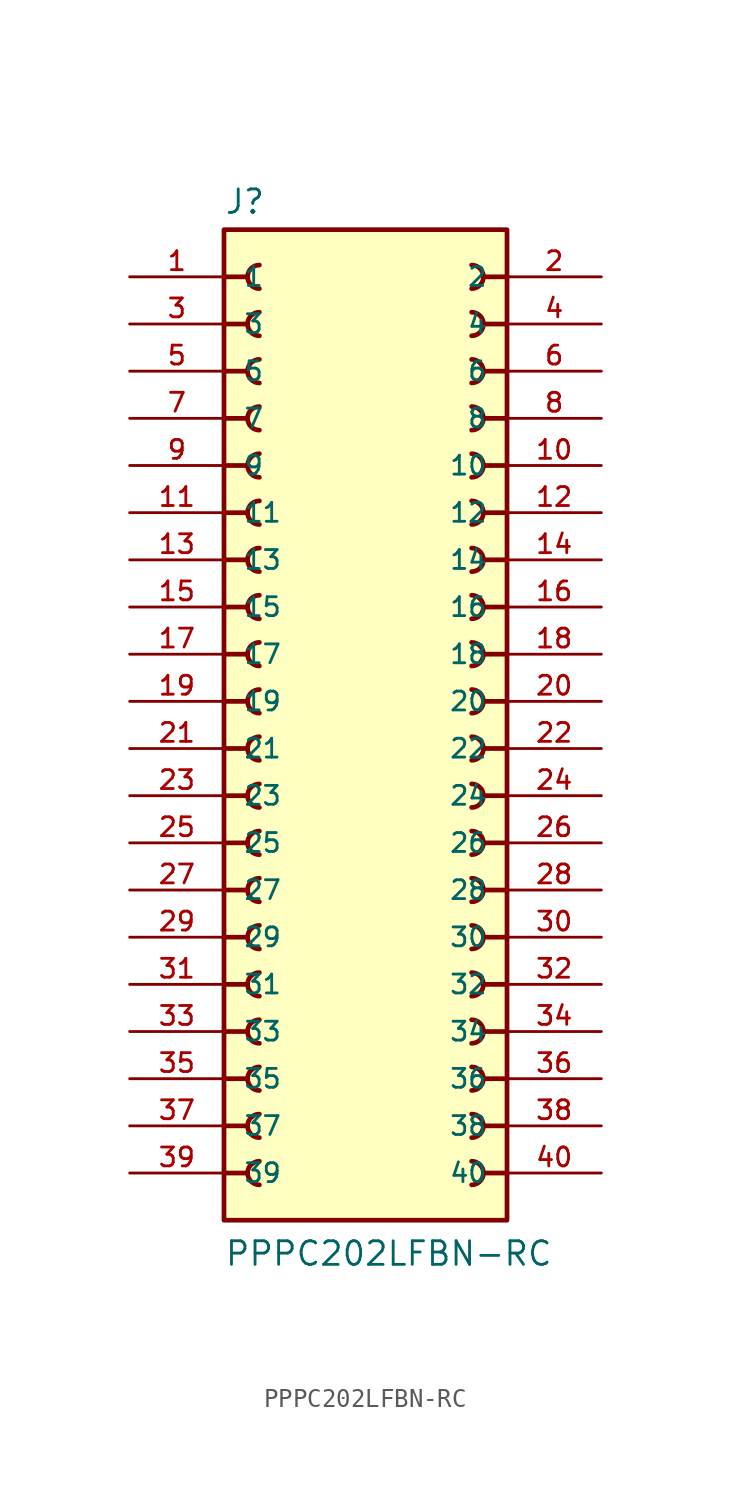
<source format=kicad_sym>
(kicad_symbol_lib
  (version 20231120)
  (generator "kicad_symbol_editor")
  (generator_version "8.0")
  (symbol "PPPC202LFBN-RC"
    (pin_names
      (offset 1.016))
    (property "Reference" "J"
      (at -7.62 28.702 0)
      (effects (font (size 1.27 1.27)) (justify left bottom)))
    (property "Value" "PPPC202LFBN-RC"
      (at -7.62 -27.94 0)
      (effects (font (size 1.27 1.27)) (justify left bottom)))
    (symbol "PPPC202LFBN-RC_0_0"
      (rectangle (start -7.62 -25.4) (end 7.62 27.94) (stroke (width 0.254) (type default)) (fill (type background)))
      (arc (start -5.715 -22.225) (mid -6.3472 -22.86) (end -5.715 -23.495) (stroke (width 0.254) (type default)) (fill (type none)))
      (arc (start -5.715 -19.685) (mid -6.3472 -20.32) (end -5.715 -20.955) (stroke (width 0.254) (type default)) (fill (type none)))
      (arc (start -5.715 -17.145) (mid -6.3472 -17.78) (end -5.715 -18.415) (stroke (width 0.254) (type default)) (fill (type none)))
      (arc (start -5.715 -14.605) (mid -6.3472 -15.24) (end -5.715 -15.875) (stroke (width 0.254) (type default)) (fill (type none)))
      (arc (start -5.715 -12.065) (mid -6.3472 -12.7) (end -5.715 -13.335) (stroke (width 0.254) (type default)) (fill (type none)))
      (arc (start -5.715 -9.525) (mid -6.3472 -10.16) (end -5.715 -10.795) (stroke (width 0.254) (type default)) (fill (type none)))
      (arc (start -5.715 -6.985) (mid -6.3472 -7.62) (end -5.715 -8.255) (stroke (width 0.254) (type default)) (fill (type none)))
      (arc (start -5.715 -4.445) (mid -6.3472 -5.08) (end -5.715 -5.715) (stroke (width 0.254) (type default)) (fill (type none)))
      (arc (start -5.715 -1.905) (mid -6.3472 -2.54) (end -5.715 -3.175) (stroke (width 0.254) (type default)) (fill (type none)))
      (arc (start -5.715 0.635) (mid -6.3472 0) (end -5.715 -0.635) (stroke (width 0.254) (type default)) (fill (type none)))
      (arc (start -5.715 3.175) (mid -6.3472 2.54) (end -5.715 1.905) (stroke (width 0.254) (type default)) (fill (type none)))
      (arc (start -5.715 5.715) (mid -6.3472 5.08) (end -5.715 4.445) (stroke (width 0.254) (type default)) (fill (type none)))
      (arc (start -5.715 8.255) (mid -6.3472 7.62) (end -5.715 6.985) (stroke (width 0.254) (type default)) (fill (type none)))
      (arc (start -5.715 10.795) (mid -6.3472 10.16) (end -5.715 9.525) (stroke (width 0.254) (type default)) (fill (type none)))
      (arc (start -5.715 13.335) (mid -6.3472 12.7) (end -5.715 12.065) (stroke (width 0.254) (type default)) (fill (type none)))
      (arc (start -5.715 15.875) (mid -6.3472 15.24) (end -5.715 14.605) (stroke (width 0.254) (type default)) (fill (type none)))
      (arc (start -5.715 18.415) (mid -6.3472 17.78) (end -5.715 17.145) (stroke (width 0.254) (type default)) (fill (type none)))
      (arc (start -5.715 20.955) (mid -6.3472 20.32) (end -5.715 19.685) (stroke (width 0.254) (type default)) (fill (type none)))
      (arc (start -5.715 23.495) (mid -6.3472 22.86) (end -5.715 22.225) (stroke (width 0.254) (type default)) (fill (type none)))
      (arc (start -5.715 26.035) (mid -6.3472 25.4) (end -5.715 24.765) (stroke (width 0.254) (type default)) (fill (type none)))
      (polyline (pts (xy -7.62 -22.86) (xy -6.35 -22.86)) (stroke (width 0.254) (type default)) (fill (type none)))
      (polyline (pts (xy -7.62 -20.32) (xy -6.35 -20.32)) (stroke (width 0.254) (type default)) (fill (type none)))
      (polyline (pts (xy -7.62 -17.78) (xy -6.35 -17.78)) (stroke (width 0.254) (type default)) (fill (type none)))
      (polyline (pts (xy -7.62 -15.24) (xy -6.35 -15.24)) (stroke (width 0.254) (type default)) (fill (type none)))
      (polyline (pts (xy -7.62 -12.7) (xy -6.35 -12.7)) (stroke (width 0.254) (type default)) (fill (type none)))
      (polyline (pts (xy -7.62 -10.16) (xy -6.35 -10.16)) (stroke (width 0.254) (type default)) (fill (type none)))
      (polyline (pts (xy -7.62 -7.62) (xy -6.35 -7.62)) (stroke (width 0.254) (type default)) (fill (type none)))
      (polyline (pts (xy -7.62 -5.08) (xy -6.35 -5.08)) (stroke (width 0.254) (type default)) (fill (type none)))
      (polyline (pts (xy -7.62 -2.54) (xy -6.35 -2.54)) (stroke (width 0.254) (type default)) (fill (type none)))
      (polyline (pts (xy -7.62 0) (xy -6.35 0)) (stroke (width 0.254) (type default)) (fill (type none)))
      (polyline (pts (xy -7.62 2.54) (xy -6.35 2.54)) (stroke (width 0.254) (type default)) (fill (type none)))
      (polyline (pts (xy -7.62 5.08) (xy -6.35 5.08)) (stroke (width 0.254) (type default)) (fill (type none)))
      (polyline (pts (xy -7.62 7.62) (xy -6.35 7.62)) (stroke (width 0.254) (type default)) (fill (type none)))
      (polyline (pts (xy -7.62 10.16) (xy -6.35 10.16)) (stroke (width 0.254) (type default)) (fill (type none)))
      (polyline (pts (xy -7.62 12.7) (xy -6.35 12.7)) (stroke (width 0.254) (type default)) (fill (type none)))
      (polyline (pts (xy -7.62 15.24) (xy -6.35 15.24)) (stroke (width 0.254) (type default)) (fill (type none)))
      (polyline (pts (xy -7.62 17.78) (xy -6.35 17.78)) (stroke (width 0.254) (type default)) (fill (type none)))
      (polyline (pts (xy -7.62 20.32) (xy -6.35 20.32)) (stroke (width 0.254) (type default)) (fill (type none)))
      (polyline (pts (xy -7.62 22.86) (xy -6.35 22.86)) (stroke (width 0.254) (type default)) (fill (type none)))
      (polyline (pts (xy -7.62 25.4) (xy -6.35 25.4)) (stroke (width 0.254) (type default)) (fill (type none)))
      (polyline (pts (xy 7.62 -22.86) (xy 6.35 -22.86)) (stroke (width 0.254) (type default)) (fill (type none)))
      (polyline (pts (xy 7.62 -20.32) (xy 6.35 -20.32)) (stroke (width 0.254) (type default)) (fill (type none)))
      (polyline (pts (xy 7.62 -17.78) (xy 6.35 -17.78)) (stroke (width 0.254) (type default)) (fill (type none)))
      (polyline (pts (xy 7.62 -15.24) (xy 6.35 -15.24)) (stroke (width 0.254) (type default)) (fill (type none)))
      (polyline (pts (xy 7.62 -12.7) (xy 6.35 -12.7)) (stroke (width 0.254) (type default)) (fill (type none)))
      (polyline (pts (xy 7.62 -10.16) (xy 6.35 -10.16)) (stroke (width 0.254) (type default)) (fill (type none)))
      (polyline (pts (xy 7.62 -7.62) (xy 6.35 -7.62)) (stroke (width 0.254) (type default)) (fill (type none)))
      (polyline (pts (xy 7.62 -5.08) (xy 6.35 -5.08)) (stroke (width 0.254) (type default)) (fill (type none)))
      (polyline (pts (xy 7.62 -2.54) (xy 6.35 -2.54)) (stroke (width 0.254) (type default)) (fill (type none)))
      (polyline (pts (xy 7.62 0) (xy 6.35 0)) (stroke (width 0.254) (type default)) (fill (type none)))
      (polyline (pts (xy 7.62 2.54) (xy 6.35 2.54)) (stroke (width 0.254) (type default)) (fill (type none)))
      (polyline (pts (xy 7.62 5.08) (xy 6.35 5.08)) (stroke (width 0.254) (type default)) (fill (type none)))
      (polyline (pts (xy 7.62 7.62) (xy 6.35 7.62)) (stroke (width 0.254) (type default)) (fill (type none)))
      (polyline (pts (xy 7.62 10.16) (xy 6.35 10.16)) (stroke (width 0.254) (type default)) (fill (type none)))
      (polyline (pts (xy 7.62 12.7) (xy 6.35 12.7)) (stroke (width 0.254) (type default)) (fill (type none)))
      (polyline (pts (xy 7.62 15.24) (xy 6.35 15.24)) (stroke (width 0.254) (type default)) (fill (type none)))
      (polyline (pts (xy 7.62 17.78) (xy 6.35 17.78)) (stroke (width 0.254) (type default)) (fill (type none)))
      (polyline (pts (xy 7.62 20.32) (xy 6.35 20.32)) (stroke (width 0.254) (type default)) (fill (type none)))
      (polyline (pts (xy 7.62 22.86) (xy 6.35 22.86)) (stroke (width 0.254) (type default)) (fill (type none)))
      (polyline (pts (xy 7.62 25.4) (xy 6.35 25.4)) (stroke (width 0.254) (type default)) (fill (type none)))
      (arc (start 5.715 -23.495) (mid 6.3472 -22.86) (end 5.715 -22.225) (stroke (width 0.254) (type default)) (fill (type none)))
      (arc (start 5.715 -20.955) (mid 6.3472 -20.32) (end 5.715 -19.685) (stroke (width 0.254) (type default)) (fill (type none)))
      (arc (start 5.715 -18.415) (mid 6.3472 -17.78) (end 5.715 -17.145) (stroke (width 0.254) (type default)) (fill (type none)))
      (arc (start 5.715 -15.875) (mid 6.3472 -15.24) (end 5.715 -14.605) (stroke (width 0.254) (type default)) (fill (type none)))
      (arc (start 5.715 -13.335) (mid 6.3472 -12.7) (end 5.715 -12.065) (stroke (width 0.254) (type default)) (fill (type none)))
      (arc (start 5.715 -10.795) (mid 6.3472 -10.16) (end 5.715 -9.525) (stroke (width 0.254) (type default)) (fill (type none)))
      (arc (start 5.715 -8.255) (mid 6.3472 -7.62) (end 5.715 -6.985) (stroke (width 0.254) (type default)) (fill (type none)))
      (arc (start 5.715 -5.715) (mid 6.3472 -5.08) (end 5.715 -4.445) (stroke (width 0.254) (type default)) (fill (type none)))
      (arc (start 5.715 -3.175) (mid 6.3472 -2.54) (end 5.715 -1.905) (stroke (width 0.254) (type default)) (fill (type none)))
      (arc (start 5.715 -0.635) (mid 6.3472 0) (end 5.715 0.635) (stroke (width 0.254) (type default)) (fill (type none)))
      (arc (start 5.715 1.905) (mid 6.3472 2.54) (end 5.715 3.175) (stroke (width 0.254) (type default)) (fill (type none)))
      (arc (start 5.715 4.445) (mid 6.3472 5.08) (end 5.715 5.715) (stroke (width 0.254) (type default)) (fill (type none)))
      (arc (start 5.715 6.985) (mid 6.3472 7.62) (end 5.715 8.255) (stroke (width 0.254) (type default)) (fill (type none)))
      (arc (start 5.715 9.525) (mid 6.3472 10.16) (end 5.715 10.795) (stroke (width 0.254) (type default)) (fill (type none)))
      (arc (start 5.715 12.065) (mid 6.3472 12.7) (end 5.715 13.335) (stroke (width 0.254) (type default)) (fill (type none)))
      (arc (start 5.715 14.605) (mid 6.3472 15.24) (end 5.715 15.875) (stroke (width 0.254) (type default)) (fill (type none)))
      (arc (start 5.715 17.145) (mid 6.3472 17.78) (end 5.715 18.415) (stroke (width 0.254) (type default)) (fill (type none)))
      (arc (start 5.715 19.685) (mid 6.3472 20.32) (end 5.715 20.955) (stroke (width 0.254) (type default)) (fill (type none)))
      (arc (start 5.715 22.225) (mid 6.3472 22.86) (end 5.715 23.495) (stroke (width 0.254) (type default)) (fill (type none)))
      (arc (start 5.715 24.765) (mid 6.3472 25.4) (end 5.715 26.035) (stroke (width 0.254) (type default)) (fill (type none)))
      (pin passive line (at -12.7 25.4 0) (length 5.08) (name "1" (effects (font (size 1.016 1.016)))) (number "1" (effects (font (size 1.016 1.016)))))
      (pin passive line (at 12.7 15.24 180) (length 5.08) (name "10" (effects (font (size 1.016 1.016)))) (number "10" (effects (font (size 1.016 1.016)))))
      (pin passive line (at -12.7 12.7 0) (length 5.08) (name "11" (effects (font (size 1.016 1.016)))) (number "11" (effects (font (size 1.016 1.016)))))
      (pin passive line (at 12.7 12.7 180) (length 5.08) (name "12" (effects (font (size 1.016 1.016)))) (number "12" (effects (font (size 1.016 1.016)))))
      (pin passive line (at -12.7 10.16 0) (length 5.08) (name "13" (effects (font (size 1.016 1.016)))) (number "13" (effects (font (size 1.016 1.016)))))
      (pin passive line (at 12.7 10.16 180) (length 5.08) (name "14" (effects (font (size 1.016 1.016)))) (number "14" (effects (font (size 1.016 1.016)))))
      (pin passive line (at -12.7 7.62 0) (length 5.08) (name "15" (effects (font (size 1.016 1.016)))) (number "15" (effects (font (size 1.016 1.016)))))
      (pin passive line (at 12.7 7.62 180) (length 5.08) (name "16" (effects (font (size 1.016 1.016)))) (number "16" (effects (font (size 1.016 1.016)))))
      (pin passive line (at -12.7 5.08 0) (length 5.08) (name "17" (effects (font (size 1.016 1.016)))) (number "17" (effects (font (size 1.016 1.016)))))
      (pin passive line (at 12.7 5.08 180) (length 5.08) (name "18" (effects (font (size 1.016 1.016)))) (number "18" (effects (font (size 1.016 1.016)))))
      (pin passive line (at -12.7 2.54 0) (length 5.08) (name "19" (effects (font (size 1.016 1.016)))) (number "19" (effects (font (size 1.016 1.016)))))
      (pin passive line (at 12.7 25.4 180) (length 5.08) (name "2" (effects (font (size 1.016 1.016)))) (number "2" (effects (font (size 1.016 1.016)))))
      (pin passive line (at 12.7 2.54 180) (length 5.08) (name "20" (effects (font (size 1.016 1.016)))) (number "20" (effects (font (size 1.016 1.016)))))
      (pin passive line (at -12.7 0 0) (length 5.08) (name "21" (effects (font (size 1.016 1.016)))) (number "21" (effects (font (size 1.016 1.016)))))
      (pin passive line (at 12.7 0 180) (length 5.08) (name "22" (effects (font (size 1.016 1.016)))) (number "22" (effects (font (size 1.016 1.016)))))
      (pin passive line (at -12.7 -2.54 0) (length 5.08) (name "23" (effects (font (size 1.016 1.016)))) (number "23" (effects (font (size 1.016 1.016)))))
      (pin passive line (at 12.7 -2.54 180) (length 5.08) (name "24" (effects (font (size 1.016 1.016)))) (number "24" (effects (font (size 1.016 1.016)))))
      (pin passive line (at -12.7 -5.08 0) (length 5.08) (name "25" (effects (font (size 1.016 1.016)))) (number "25" (effects (font (size 1.016 1.016)))))
      (pin passive line (at 12.7 -5.08 180) (length 5.08) (name "26" (effects (font (size 1.016 1.016)))) (number "26" (effects (font (size 1.016 1.016)))))
      (pin passive line (at -12.7 -7.62 0) (length 5.08) (name "27" (effects (font (size 1.016 1.016)))) (number "27" (effects (font (size 1.016 1.016)))))
      (pin passive line (at 12.7 -7.62 180) (length 5.08) (name "28" (effects (font (size 1.016 1.016)))) (number "28" (effects (font (size 1.016 1.016)))))
      (pin passive line (at -12.7 -10.16 0) (length 5.08) (name "29" (effects (font (size 1.016 1.016)))) (number "29" (effects (font (size 1.016 1.016)))))
      (pin passive line (at -12.7 22.86 0) (length 5.08) (name "3" (effects (font (size 1.016 1.016)))) (number "3" (effects (font (size 1.016 1.016)))))
      (pin passive line (at 12.7 -10.16 180) (length 5.08) (name "30" (effects (font (size 1.016 1.016)))) (number "30" (effects (font (size 1.016 1.016)))))
      (pin passive line (at -12.7 -12.7 0) (length 5.08) (name "31" (effects (font (size 1.016 1.016)))) (number "31" (effects (font (size 1.016 1.016)))))
      (pin passive line (at 12.7 -12.7 180) (length 5.08) (name "32" (effects (font (size 1.016 1.016)))) (number "32" (effects (font (size 1.016 1.016)))))
      (pin passive line (at -12.7 -15.24 0) (length 5.08) (name "33" (effects (font (size 1.016 1.016)))) (number "33" (effects (font (size 1.016 1.016)))))
      (pin passive line (at 12.7 -15.24 180) (length 5.08) (name "34" (effects (font (size 1.016 1.016)))) (number "34" (effects (font (size 1.016 1.016)))))
      (pin passive line (at -12.7 -17.78 0) (length 5.08) (name "35" (effects (font (size 1.016 1.016)))) (number "35" (effects (font (size 1.016 1.016)))))
      (pin passive line (at 12.7 -17.78 180) (length 5.08) (name "36" (effects (font (size 1.016 1.016)))) (number "36" (effects (font (size 1.016 1.016)))))
      (pin passive line (at -12.7 -20.32 0) (length 5.08) (name "37" (effects (font (size 1.016 1.016)))) (number "37" (effects (font (size 1.016 1.016)))))
      (pin passive line (at 12.7 -20.32 180) (length 5.08) (name "38" (effects (font (size 1.016 1.016)))) (number "38" (effects (font (size 1.016 1.016)))))
      (pin passive line (at -12.7 -22.86 0) (length 5.08) (name "39" (effects (font (size 1.016 1.016)))) (number "39" (effects (font (size 1.016 1.016)))))
      (pin passive line (at 12.7 22.86 180) (length 5.08) (name "4" (effects (font (size 1.016 1.016)))) (number "4" (effects (font (size 1.016 1.016)))))
      (pin passive line (at 12.7 -22.86 180) (length 5.08) (name "40" (effects (font (size 1.016 1.016)))) (number "40" (effects (font (size 1.016 1.016)))))
      (pin passive line (at -12.7 20.32 0) (length 5.08) (name "5" (effects (font (size 1.016 1.016)))) (number "5" (effects (font (size 1.016 1.016)))))
      (pin passive line (at 12.7 20.32 180) (length 5.08) (name "6" (effects (font (size 1.016 1.016)))) (number "6" (effects (font (size 1.016 1.016)))))
      (pin passive line (at -12.7 17.78 0) (length 5.08) (name "7" (effects (font (size 1.016 1.016)))) (number "7" (effects (font (size 1.016 1.016)))))
      (pin passive line (at 12.7 17.78 180) (length 5.08) (name "8" (effects (font (size 1.016 1.016)))) (number "8" (effects (font (size 1.016 1.016)))))
      (pin passive line (at -12.7 15.24 0) (length 5.08) (name "9" (effects (font (size 1.016 1.016)))) (number "9" (effects (font (size 1.016 1.016))))))))
</source>
